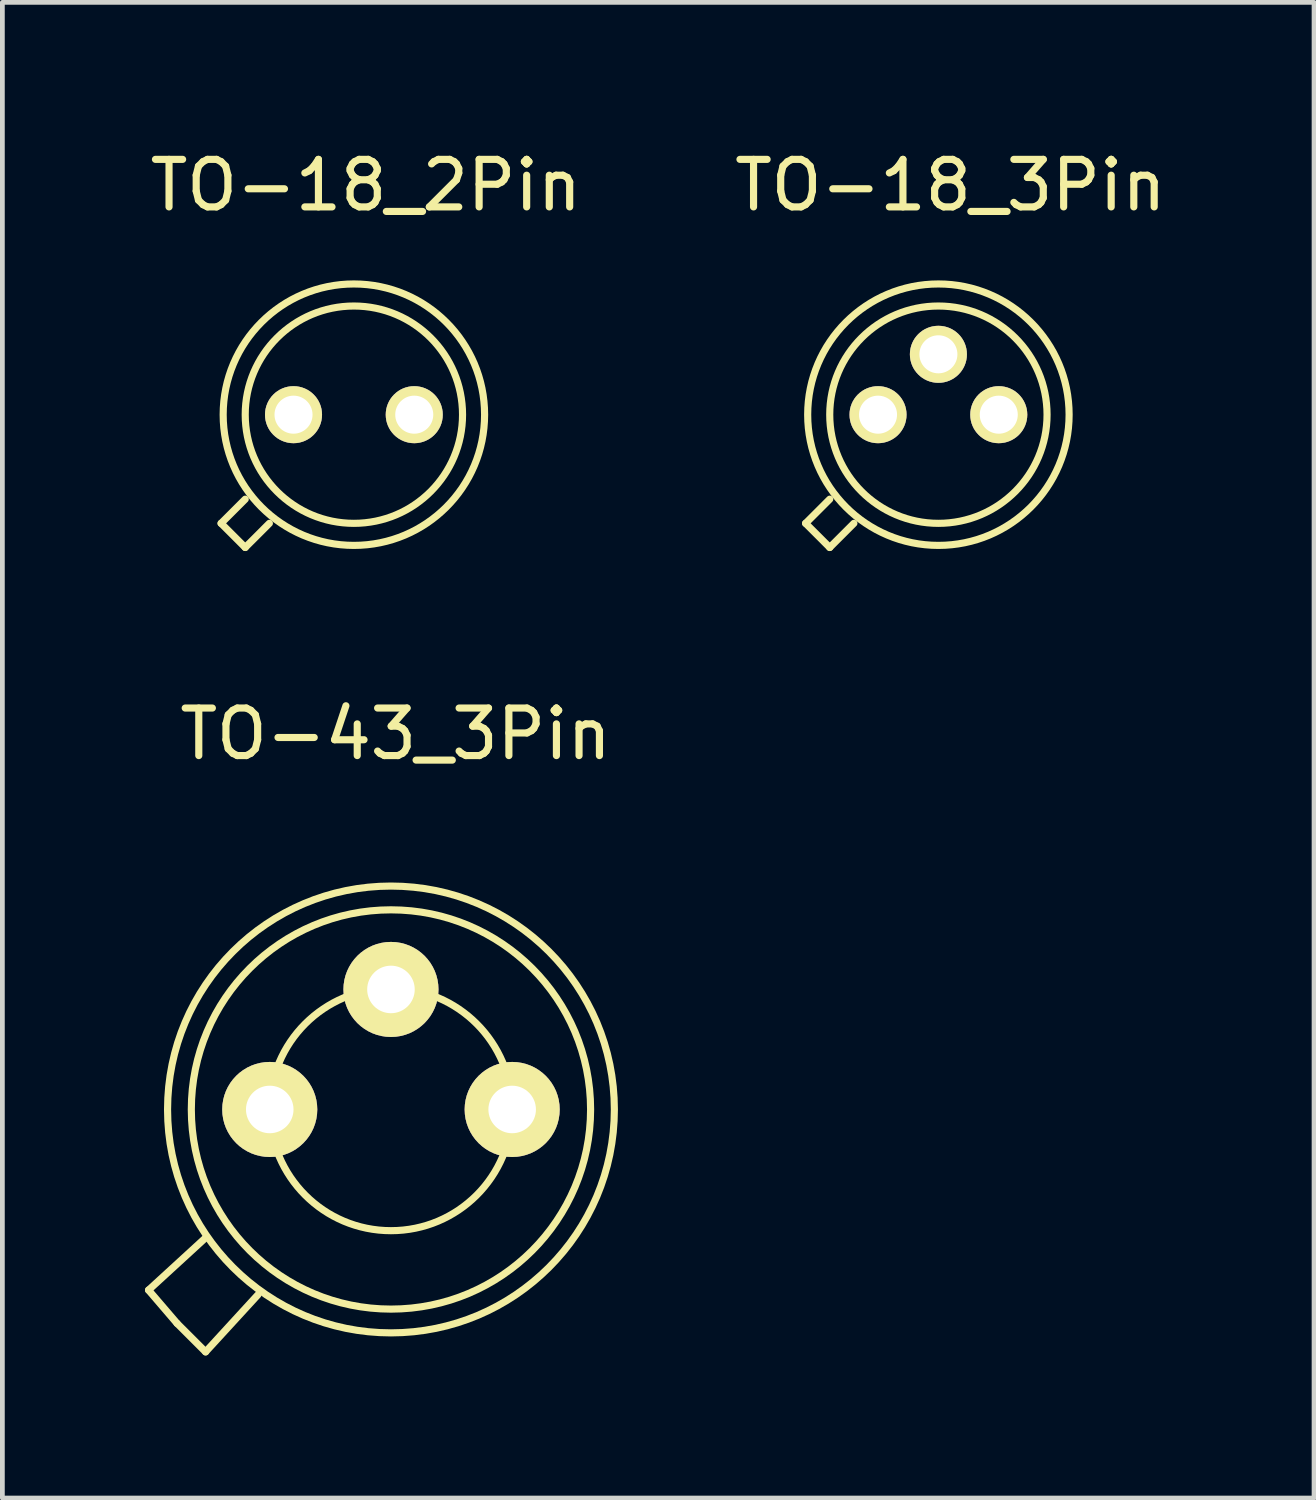
<source format=kicad_pcb>
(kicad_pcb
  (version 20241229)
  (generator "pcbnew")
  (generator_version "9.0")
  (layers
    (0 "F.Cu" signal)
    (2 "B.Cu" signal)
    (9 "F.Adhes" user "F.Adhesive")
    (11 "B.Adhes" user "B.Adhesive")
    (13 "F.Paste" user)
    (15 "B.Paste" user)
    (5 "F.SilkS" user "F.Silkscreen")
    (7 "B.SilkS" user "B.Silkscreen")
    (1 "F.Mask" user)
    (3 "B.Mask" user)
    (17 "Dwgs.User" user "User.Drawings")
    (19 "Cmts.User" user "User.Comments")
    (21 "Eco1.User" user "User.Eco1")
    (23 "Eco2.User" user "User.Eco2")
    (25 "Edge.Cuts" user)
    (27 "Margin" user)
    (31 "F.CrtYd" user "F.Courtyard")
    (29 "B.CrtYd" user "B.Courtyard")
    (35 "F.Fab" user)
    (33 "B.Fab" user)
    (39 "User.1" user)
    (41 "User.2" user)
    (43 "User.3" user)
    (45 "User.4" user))
  (footprint "TO-18_2Pin"
    (layer "F.Cu")
    (at 4.395 5.674)
    (property "Reference" "TO-18_2Pin" (at 0.254 -4.826 0) (layer "F.SilkS") (effects (font (size 1 1) (thickness 0.15))))
    (attr through_hole)
    (fp_line (start -2.794 2.286) (end -2.286 1.778) (stroke (width 0.15) (type solid)) (layer "F.SilkS"))
    (fp_line (start -2.286 2.794) (end -2.794 2.286) (stroke (width 0.15) (type solid)) (layer "F.SilkS"))
    (fp_line (start -1.778 2.286) (end -2.286 2.794) (stroke (width 0.15) (type solid)) (layer "F.SilkS"))
    (fp_circle (center 0 0) (end 2.286 0) (stroke (width 0.15) (type solid)) (fill no) (layer "F.SilkS"))
    (fp_circle (center 0 0) (end 2.75 0) (stroke (width 0.15) (type solid)) (fill no) (layer "F.SilkS"))
    (pad "1" thru_hole circle (at 1.27 0) (size 1.2 1.2) (drill 0.8) (layers "*.Cu" "*.Mask" "F.SilkS"))
    (pad "2" thru_hole circle (at -1.27 0) (size 1.2 1.2) (drill 0.8) (layers "*.Cu" "*.Mask" "F.SilkS")))
  (footprint "TO-18_3Pin"
    (layer "F.Cu")
    (at 16.692 5.674)
    (property "Reference" "TO-18_3Pin" (at 0.254 -4.826 0) (layer "F.SilkS") (effects (font (size 1 1) (thickness 0.15))))
    (attr through_hole)
    (fp_line (start -2.794 2.286) (end -2.286 1.778) (stroke (width 0.15) (type solid)) (layer "F.SilkS"))
    (fp_line (start -2.286 2.794) (end -2.794 2.286) (stroke (width 0.15) (type solid)) (layer "F.SilkS"))
    (fp_line (start -1.778 2.286) (end -2.286 2.794) (stroke (width 0.15) (type solid)) (layer "F.SilkS"))
    (fp_circle (center 0 0) (end 2.286 0) (stroke (width 0.15) (type solid)) (fill no) (layer "F.SilkS"))
    (fp_circle (center 0 0) (end 2.75 0) (stroke (width 0.15) (type solid)) (fill no) (layer "F.SilkS"))
    (pad "1" thru_hole circle (at -1.27 0) (size 1.2 1.2) (drill 0.8) (layers "*.Cu" "*.Mask" "F.SilkS"))
    (pad "2" thru_hole circle (at 0 -1.27) (size 1.2 1.2) (drill 0.8) (layers "*.Cu" "*.Mask" "F.SilkS"))
    (pad "3" thru_hole circle (at 1.27 0) (size 1.2 1.2) (drill 0.8) (layers "*.Cu" "*.Mask" "F.SilkS")))
  (footprint "TO-43_3Pin"
    (layer "F.Cu")
    (at 5.175 20.291)
    (property "Reference" "TO-43_3Pin" (at 0.1 -7.9 0) (layer "F.SilkS") (effects (font (size 1 1) (thickness 0.15))))
    (attr through_hole)
    (fp_line (start -5.1 3.8) (end -3.9 2.7) (stroke (width 0.15) (type solid)) (layer "F.SilkS"))
    (fp_line (start -4.5 4.5) (end -5.1 3.8) (stroke (width 0.15) (type solid)) (layer "F.SilkS"))
    (fp_line (start -4.5 4.5) (end -3.9 5.1) (stroke (width 0.15) (type solid)) (layer "F.SilkS"))
    (fp_line (start -3.9 5.1) (end -2.8 3.9) (stroke (width 0.15) (type solid)) (layer "F.SilkS"))
    (fp_circle (center 0 0) (end 2.55 0) (stroke (width 0.15) (type solid)) (fill no) (layer "F.SilkS"))
    (fp_circle (center 0 0) (end 4.2 0) (stroke (width 0.15) (type solid)) (fill no) (layer "F.SilkS"))
    (fp_circle (center 0 0) (end 4.7 0) (stroke (width 0.15) (type solid)) (fill no) (layer "F.SilkS"))
    (pad "1" thru_hole circle (at -2.55 0) (size 2 2) (drill 1) (layers "*.Cu" "*.Mask" "F.SilkS"))
    (pad "2" thru_hole circle (at 0 -2.525) (size 2 2) (drill 1) (layers "*.Cu" "*.Mask" "F.SilkS"))
    (pad "3" thru_hole circle (at 2.55 0) (size 2 2) (drill 1) (layers "*.Cu" "*.Mask" "F.SilkS")))
  (gr_rect
    (start -3 -3)
    (end 24.595 28.466)
    (stroke (width 0.1) (type default))
    (fill no)
    (layer "Edge.Cuts")))
</source>
